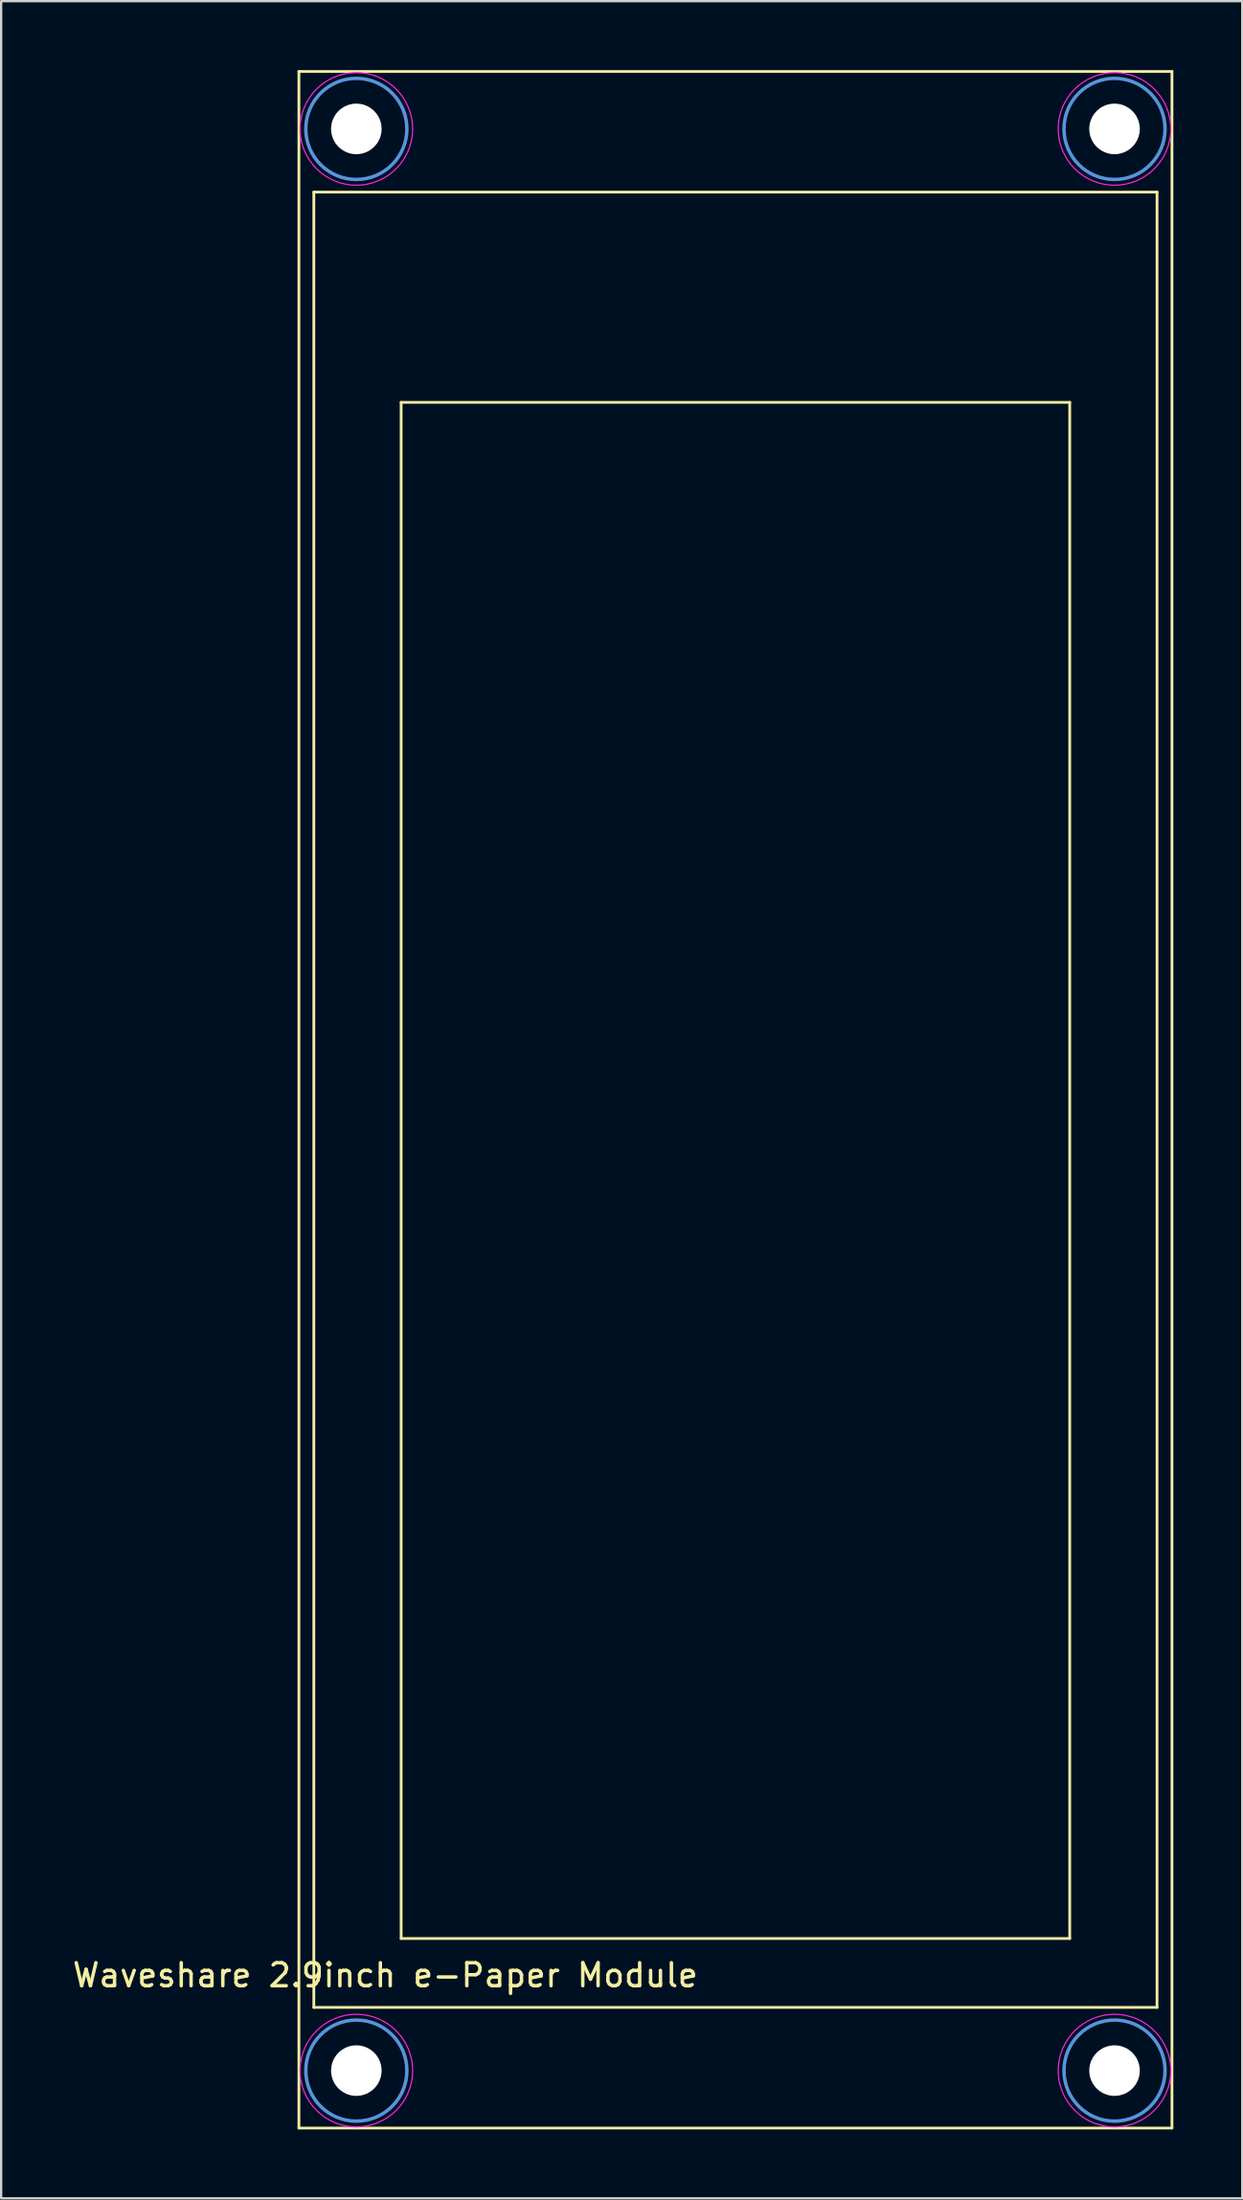
<source format=kicad_pcb>
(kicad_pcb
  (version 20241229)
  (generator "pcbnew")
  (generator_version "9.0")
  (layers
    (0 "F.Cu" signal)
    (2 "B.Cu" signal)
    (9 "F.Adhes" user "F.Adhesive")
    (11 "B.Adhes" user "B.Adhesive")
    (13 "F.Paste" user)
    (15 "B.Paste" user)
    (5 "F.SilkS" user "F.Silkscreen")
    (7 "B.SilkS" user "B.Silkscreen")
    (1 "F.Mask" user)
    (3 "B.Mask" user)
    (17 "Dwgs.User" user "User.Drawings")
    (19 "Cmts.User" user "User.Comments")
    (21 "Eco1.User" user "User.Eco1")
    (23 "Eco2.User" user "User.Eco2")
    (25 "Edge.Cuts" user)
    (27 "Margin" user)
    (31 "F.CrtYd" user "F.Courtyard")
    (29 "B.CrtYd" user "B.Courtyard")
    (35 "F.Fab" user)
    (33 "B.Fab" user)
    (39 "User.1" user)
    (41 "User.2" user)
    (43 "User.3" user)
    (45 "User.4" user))
  (footprint "Waveshare 2.9inch e-Paper Module"
    (layer "F.Cu")
    (at 28.96 44.81)
    (property "Reference" "Waveshare 2.9inch e-Paper Module" (at -15.24 38.1 180) (layer "F.SilkS") (effects (font (size 1 1) (thickness 0.15))))
    (attr through_hole)
    (fp_line (start -19 -44.75) (end -19 44.75) (stroke (width 0.12) (type solid)) (layer "F.SilkS"))
    (fp_line (start -19 -44.75) (end 19 -44.75) (stroke (width 0.12) (type solid)) (layer "F.SilkS"))
    (fp_line (start -19 44.75) (end 19 44.75) (stroke (width 0.12) (type solid)) (layer "F.SilkS"))
    (fp_line (start -18.35 -39.5) (end -18.35 39.5) (stroke (width 0.12) (type solid)) (layer "F.SilkS"))
    (fp_line (start -18.35 -39.5) (end 18.35 -39.5) (stroke (width 0.12) (type solid)) (layer "F.SilkS"))
    (fp_line (start -18.35 39.5) (end 18.35 39.5) (stroke (width 0.12) (type solid)) (layer "F.SilkS"))
    (fp_line (start -14.55 -30.35) (end -14.55 36.5) (stroke (width 0.12) (type solid)) (layer "F.SilkS"))
    (fp_line (start -14.55 -30.35) (end 14.55 -30.35) (stroke (width 0.12) (type solid)) (layer "F.SilkS"))
    (fp_line (start -14.55 36.5) (end 14.55 36.5) (stroke (width 0.12) (type solid)) (layer "F.SilkS"))
    (fp_line (start 14.55 36.5) (end 14.55 -30.35) (stroke (width 0.12) (type solid)) (layer "F.SilkS"))
    (fp_line (start 18.35 -39.5) (end 18.35 39.5) (stroke (width 0.12) (type solid)) (layer "F.SilkS"))
    (fp_line (start 19 -44.75) (end 19 44.75) (stroke (width 0.12) (type solid)) (layer "F.SilkS"))
    (fp_circle (center -16.5 -42.25) (end -14.3 -42.25) (stroke (width 0.15) (type solid)) (fill no) (layer "Cmts.User"))
    (fp_circle (center -16.5 42.25) (end -14.3 42.25) (stroke (width 0.15) (type solid)) (fill no) (layer "Cmts.User"))
    (fp_circle (center 16.5 -42.25) (end 18.7 -42.25) (stroke (width 0.15) (type solid)) (fill no) (layer "Cmts.User"))
    (fp_circle (center 16.5 42.25) (end 18.7 42.25) (stroke (width 0.15) (type solid)) (fill no) (layer "Cmts.User"))
    (fp_circle (center -16.5 -42.25) (end -14.05 -42.25) (stroke (width 0.05) (type solid)) (fill no) (layer "F.CrtYd"))
    (fp_circle (center -16.5 42.25) (end -14.05 42.25) (stroke (width 0.05) (type solid)) (fill no) (layer "F.CrtYd"))
    (fp_circle (center 16.5 -42.25) (end 18.95 -42.25) (stroke (width 0.05) (type solid)) (fill no) (layer "F.CrtYd"))
    (fp_circle (center 16.5 42.25) (end 18.95 42.25) (stroke (width 0.05) (type solid)) (fill no) (layer "F.CrtYd"))
    (pad "" np_thru_hole circle (at -16.5 -42.25) (size 2.2 2.2) (drill 2.2) (layers "*.Cu" "*.Mask"))
    (pad "" np_thru_hole circle (at -16.5 42.25) (size 2.2 2.2) (drill 2.2) (layers "*.Cu" "*.Mask"))
    (pad "" np_thru_hole circle (at 16.5 -42.25) (size 2.2 2.2) (drill 2.2) (layers "*.Cu" "*.Mask"))
    (pad "" np_thru_hole circle (at 16.5 42.25) (size 2.2 2.2) (drill 2.2) (layers "*.Cu" "*.Mask")))
  (gr_rect
    (start -3 -3)
    (end 51.02 92.62)
    (stroke (width 0.1) (type default))
    (fill no)
    (layer "Edge.Cuts")))
</source>
